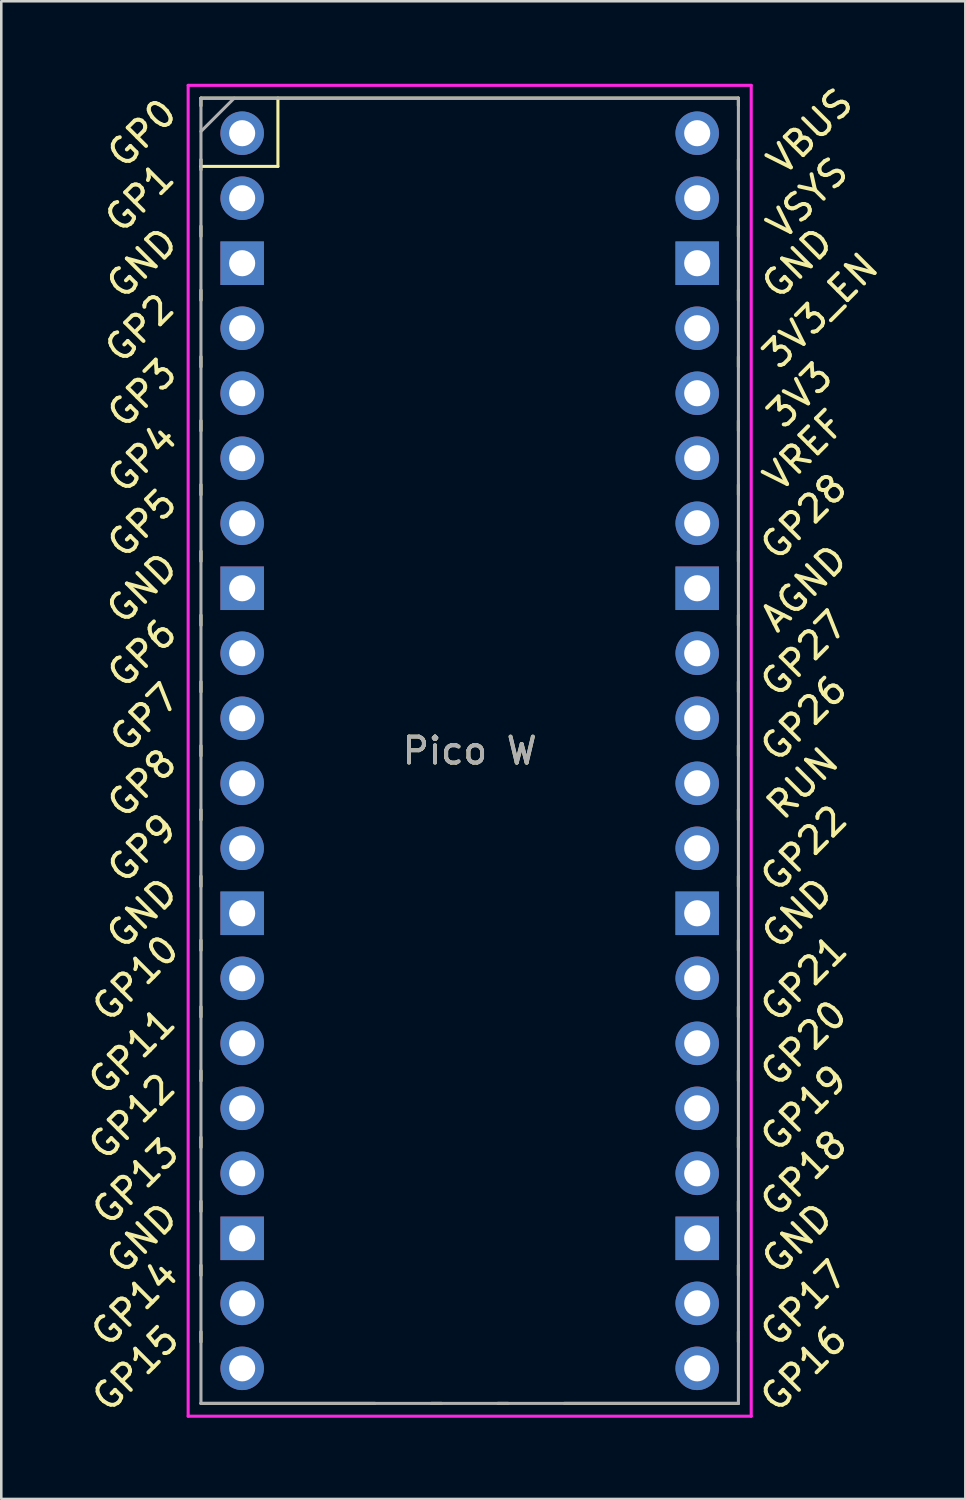
<source format=kicad_pcb>
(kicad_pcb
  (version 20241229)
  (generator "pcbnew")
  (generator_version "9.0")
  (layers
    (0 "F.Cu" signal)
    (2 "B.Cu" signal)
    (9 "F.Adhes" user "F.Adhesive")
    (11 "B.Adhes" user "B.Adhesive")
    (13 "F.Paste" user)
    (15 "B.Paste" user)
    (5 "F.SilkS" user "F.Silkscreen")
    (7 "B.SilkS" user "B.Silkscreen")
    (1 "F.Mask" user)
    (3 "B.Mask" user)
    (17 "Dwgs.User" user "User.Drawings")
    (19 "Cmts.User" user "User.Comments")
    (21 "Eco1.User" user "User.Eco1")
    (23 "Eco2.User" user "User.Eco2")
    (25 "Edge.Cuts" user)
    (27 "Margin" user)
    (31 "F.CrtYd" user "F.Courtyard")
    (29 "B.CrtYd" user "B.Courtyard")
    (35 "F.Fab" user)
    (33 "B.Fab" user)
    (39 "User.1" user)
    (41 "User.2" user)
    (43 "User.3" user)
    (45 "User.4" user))
  (footprint "Pico W"
    (layer "F.Cu")
    (at 15.302 26.285)
    (property "Reference" "Pico W" (at 0 0 0) (layer "F.SilkS") (effects (font (size 1.016 1.016) (thickness 0.152))))
    (attr through_hole)
    (fp_line (start -10.5 -25.5) (end -10.5 -25.2) (stroke (width 0.12) (type solid)) (layer "F.SilkS"))
    (fp_line (start -10.5 -25.5) (end 10.5 -25.5) (stroke (width 0.12) (type solid)) (layer "F.SilkS"))
    (fp_line (start -10.5 -23.1) (end -10.5 -22.7) (stroke (width 0.12) (type solid)) (layer "F.SilkS"))
    (fp_line (start -10.5 -22.833) (end -7.493 -22.833) (stroke (width 0.12) (type solid)) (layer "F.SilkS"))
    (fp_line (start -10.5 -20.5) (end -10.5 -20.1) (stroke (width 0.12) (type solid)) (layer "F.SilkS"))
    (fp_line (start -10.5 -18) (end -10.5 -17.6) (stroke (width 0.12) (type solid)) (layer "F.SilkS"))
    (fp_line (start -10.5 -15.4) (end -10.5 -15) (stroke (width 0.12) (type solid)) (layer "F.SilkS"))
    (fp_line (start -10.5 -12.9) (end -10.5 -12.5) (stroke (width 0.12) (type solid)) (layer "F.SilkS"))
    (fp_line (start -10.5 -10.4) (end -10.5 -10) (stroke (width 0.12) (type solid)) (layer "F.SilkS"))
    (fp_line (start -10.5 -7.8) (end -10.5 -7.4) (stroke (width 0.12) (type solid)) (layer "F.SilkS"))
    (fp_line (start -10.5 -5.3) (end -10.5 -4.9) (stroke (width 0.12) (type solid)) (layer "F.SilkS"))
    (fp_line (start -10.5 -2.7) (end -10.5 -2.3) (stroke (width 0.12) (type solid)) (layer "F.SilkS"))
    (fp_line (start -10.5 -0.2) (end -10.5 0.2) (stroke (width 0.12) (type solid)) (layer "F.SilkS"))
    (fp_line (start -10.5 2.3) (end -10.5 2.7) (stroke (width 0.12) (type solid)) (layer "F.SilkS"))
    (fp_line (start -10.5 4.9) (end -10.5 5.3) (stroke (width 0.12) (type solid)) (layer "F.SilkS"))
    (fp_line (start -10.5 7.4) (end -10.5 7.8) (stroke (width 0.12) (type solid)) (layer "F.SilkS"))
    (fp_line (start -10.5 10) (end -10.5 10.4) (stroke (width 0.12) (type solid)) (layer "F.SilkS"))
    (fp_line (start -10.5 12.5) (end -10.5 12.9) (stroke (width 0.12) (type solid)) (layer "F.SilkS"))
    (fp_line (start -10.5 15.1) (end -10.5 15.5) (stroke (width 0.12) (type solid)) (layer "F.SilkS"))
    (fp_line (start -10.5 17.6) (end -10.5 18) (stroke (width 0.12) (type solid)) (layer "F.SilkS"))
    (fp_line (start -10.5 20.1) (end -10.5 20.5) (stroke (width 0.12) (type solid)) (layer "F.SilkS"))
    (fp_line (start -10.5 22.7) (end -10.5 23.1) (stroke (width 0.12) (type solid)) (layer "F.SilkS"))
    (fp_line (start -7.493 -22.833) (end -7.493 -25.5) (stroke (width 0.12) (type solid)) (layer "F.SilkS"))
    (fp_line (start -3.7 25.5) (end -10.5 25.5) (stroke (width 0.12) (type solid)) (layer "F.SilkS"))
    (fp_line (start -1.5 25.5) (end -1.1 25.5) (stroke (width 0.12) (type solid)) (layer "F.SilkS"))
    (fp_line (start 1.1 25.5) (end 1.5 25.5) (stroke (width 0.12) (type solid)) (layer "F.SilkS"))
    (fp_line (start 10.5 -25.5) (end 10.5 -25.2) (stroke (width 0.12) (type solid)) (layer "F.SilkS"))
    (fp_line (start 10.5 -23.1) (end 10.5 -22.7) (stroke (width 0.12) (type solid)) (layer "F.SilkS"))
    (fp_line (start 10.5 -20.5) (end 10.5 -20.1) (stroke (width 0.12) (type solid)) (layer "F.SilkS"))
    (fp_line (start 10.5 -18) (end 10.5 -17.6) (stroke (width 0.12) (type solid)) (layer "F.SilkS"))
    (fp_line (start 10.5 -15.4) (end 10.5 -15) (stroke (width 0.12) (type solid)) (layer "F.SilkS"))
    (fp_line (start 10.5 -12.9) (end 10.5 -12.5) (stroke (width 0.12) (type solid)) (layer "F.SilkS"))
    (fp_line (start 10.5 -10.4) (end 10.5 -10) (stroke (width 0.12) (type solid)) (layer "F.SilkS"))
    (fp_line (start 10.5 -7.8) (end 10.5 -7.4) (stroke (width 0.12) (type solid)) (layer "F.SilkS"))
    (fp_line (start 10.5 -5.3) (end 10.5 -4.9) (stroke (width 0.12) (type solid)) (layer "F.SilkS"))
    (fp_line (start 10.5 -2.7) (end 10.5 -2.3) (stroke (width 0.12) (type solid)) (layer "F.SilkS"))
    (fp_line (start 10.5 -0.2) (end 10.5 0.2) (stroke (width 0.12) (type solid)) (layer "F.SilkS"))
    (fp_line (start 10.5 2.3) (end 10.5 2.7) (stroke (width 0.12) (type solid)) (layer "F.SilkS"))
    (fp_line (start 10.5 4.9) (end 10.5 5.3) (stroke (width 0.12) (type solid)) (layer "F.SilkS"))
    (fp_line (start 10.5 7.4) (end 10.5 7.8) (stroke (width 0.12) (type solid)) (layer "F.SilkS"))
    (fp_line (start 10.5 10) (end 10.5 10.4) (stroke (width 0.12) (type solid)) (layer "F.SilkS"))
    (fp_line (start 10.5 12.5) (end 10.5 12.9) (stroke (width 0.12) (type solid)) (layer "F.SilkS"))
    (fp_line (start 10.5 15.1) (end 10.5 15.5) (stroke (width 0.12) (type solid)) (layer "F.SilkS"))
    (fp_line (start 10.5 17.6) (end 10.5 18) (stroke (width 0.12) (type solid)) (layer "F.SilkS"))
    (fp_line (start 10.5 20.1) (end 10.5 20.5) (stroke (width 0.12) (type solid)) (layer "F.SilkS"))
    (fp_line (start 10.5 22.7) (end 10.5 23.1) (stroke (width 0.12) (type solid)) (layer "F.SilkS"))
    (fp_line (start 10.5 25.5) (end 3.7 25.5) (stroke (width 0.12) (type solid)) (layer "F.SilkS"))
    (fp_line (start -11 -26) (end 11 -26) (stroke (width 0.12) (type solid)) (layer "F.CrtYd"))
    (fp_line (start -11 26) (end -11 -26) (stroke (width 0.12) (type solid)) (layer "F.CrtYd"))
    (fp_line (start 11 -26) (end 11 26) (stroke (width 0.12) (type solid)) (layer "F.CrtYd"))
    (fp_line (start 11 26) (end -11 26) (stroke (width 0.12) (type solid)) (layer "F.CrtYd"))
    (fp_line (start -10.5 -25.5) (end 10.5 -25.5) (stroke (width 0.12) (type solid)) (layer "F.Fab"))
    (fp_line (start -10.5 -24.2) (end -9.2 -25.5) (stroke (width 0.12) (type solid)) (layer "F.Fab"))
    (fp_line (start -10.5 25.5) (end -10.5 -25.5) (stroke (width 0.12) (type solid)) (layer "F.Fab"))
    (fp_line (start 10.5 -25.5) (end 10.5 25.5) (stroke (width 0.12) (type solid)) (layer "F.Fab"))
    (fp_line (start 10.5 25.5) (end -10.5 25.5) (stroke (width 0.12) (type solid)) (layer "F.Fab"))
    (fp_text user "GP26" (at 13.054 -1.27 45) (layer "F.SilkS") (effects (font (size 1.016 1.016) (thickness 0.152))))
    (fp_text user "GP3" (at -12.8 -13.97 45) (layer "F.SilkS") (effects (font (size 1.016 1.016) (thickness 0.152))))
    (fp_text user "GP2" (at -12.9 -16.51 45) (layer "F.SilkS") (effects (font (size 1.016 1.016) (thickness 0.152))))
    (fp_text user "GP6" (at -12.8 -3.81 45) (layer "F.SilkS") (effects (font (size 1.016 1.016) (thickness 0.152))))
    (fp_text user "GND" (at -12.8 19.05 45) (layer "F.SilkS") (effects (font (size 1.016 1.016) (thickness 0.152))))
    (fp_text user "GND" (at -12.8 6.35 45) (layer "F.SilkS") (effects (font (size 1.016 1.016) (thickness 0.152))))
    (fp_text user "GND" (at -12.8 -19.05 45) (layer "F.SilkS") (effects (font (size 1.016 1.016) (thickness 0.152))))
    (fp_text user "GND" (at 12.8 6.35 45) (layer "F.SilkS") (effects (font (size 1.016 1.016) (thickness 0.152))))
    (fp_text user "GP11" (at -13.2 11.752 45) (layer "F.SilkS") (effects (font (size 1.016 1.016) (thickness 0.152))))
    (fp_text user "GP18" (at 13.054 16.51 45) (layer "F.SilkS") (effects (font (size 1.016 1.016) (thickness 0.152))))
    (fp_text user "GP5" (at -12.8 -8.89 45) (layer "F.SilkS") (effects (font (size 1.016 1.016) (thickness 0.152))))
    (fp_text user "GP27" (at 13.054 -3.8 45) (layer "F.SilkS") (effects (font (size 1.016 1.016) (thickness 0.152))))
    (fp_text user "VREF" (at 13.068 -11.742 45) (layer "F.SilkS") (effects (font (size 1.016 1.016) (thickness 0.152))))
    (fp_text user "RUN" (at 13 1.27 45) (layer "F.SilkS") (effects (font (size 1.016 1.016) (thickness 0.152))))
    (fp_text user "GP1" (at -12.9 -21.6 45) (layer "F.SilkS") (effects (font (size 1.016 1.016) (thickness 0.152))))
    (fp_text user "GP15" (at -13.054 24.13 45) (layer "F.SilkS") (effects (font (size 1.016 1.016) (thickness 0.152))))
    (fp_text user "GP21" (at 13.054 8.9 45) (layer "F.SilkS") (effects (font (size 1.016 1.016) (thickness 0.152))))
    (fp_text user "3V3_EN" (at 13.7 -17.2 45) (layer "F.SilkS") (effects (font (size 1.016 1.016) (thickness 0.152))))
    (fp_text user "GP14" (at -13.1 21.59 45) (layer "F.SilkS") (effects (font (size 1.016 1.016) (thickness 0.152))))
    (fp_text user "GP13" (at -13.054 16.832 45) (layer "F.SilkS") (effects (font (size 1.016 1.016) (thickness 0.152))))
    (fp_text user "GP28" (at 13.054 -9.144 45) (layer "F.SilkS") (effects (font (size 1.016 1.016) (thickness 0.152))))
    (fp_text user "GP7" (at -12.7 -1.3 45) (layer "F.SilkS") (effects (font (size 1.016 1.016) (thickness 0.152))))
    (fp_text user "GP22" (at 13.054 3.81 45) (layer "F.SilkS") (effects (font (size 1.016 1.016) (thickness 0.152))))
    (fp_text user "GND" (at -12.8 -6.35 45) (layer "F.SilkS") (effects (font (size 1.016 1.016) (thickness 0.152))))
    (fp_text user "VSYS" (at 13.2 -21.59 45) (layer "F.SilkS") (effects (font (size 1.016 1.016) (thickness 0.152))))
    (fp_text user "GP0" (at -12.8 -24.13 45) (layer "F.SilkS") (effects (font (size 1.016 1.016) (thickness 0.152))))
    (fp_text user "GP17" (at 13.054 21.59 45) (layer "F.SilkS") (effects (font (size 1.016 1.016) (thickness 0.152))))
    (fp_text user "GP8" (at -12.8 1.27 45) (layer "F.SilkS") (effects (font (size 1.016 1.016) (thickness 0.152))))
    (fp_text user "GP9" (at -12.8 3.81 45) (layer "F.SilkS") (effects (font (size 1.016 1.016) (thickness 0.152))))
    (fp_text user "GP16" (at 13.054 24.13 45) (layer "F.SilkS") (effects (font (size 1.016 1.016) (thickness 0.152))))
    (fp_text user "3V3" (at 12.9 -13.9 45) (layer "F.SilkS") (effects (font (size 1.016 1.016) (thickness 0.152))))
    (fp_text user "GP12" (at -13.2 14.293 45) (layer "F.SilkS") (effects (font (size 1.016 1.016) (thickness 0.152))))
    (fp_text user "GP10" (at -13.054 8.89 45) (layer "F.SilkS") (effects (font (size 1.016 1.016) (thickness 0.152))))
    (fp_text user "GP19" (at 13.054 13.97 45) (layer "F.SilkS") (effects (font (size 1.016 1.016) (thickness 0.152))))
    (fp_text user "GND" (at 12.8 19.05 45) (layer "F.SilkS") (effects (font (size 1.016 1.016) (thickness 0.152))))
    (fp_text user "GP4" (at -12.8 -11.43 45) (layer "F.SilkS") (effects (font (size 1.016 1.016) (thickness 0.152))))
    (fp_text user "GP20" (at 13.054 11.43 45) (layer "F.SilkS") (effects (font (size 1.016 1.016) (thickness 0.152))))
    (fp_text user "GND" (at 12.8 -19.05 45) (layer "F.SilkS") (effects (font (size 1.016 1.016) (thickness 0.152))))
    (fp_text user "VBUS" (at 13.3 -24.2 45) (layer "F.SilkS") (effects (font (size 1.016 1.016) (thickness 0.152))))
    (fp_text user "AGND" (at 13.054 -6.35 45) (layer "F.SilkS") (effects (font (size 1.016 1.016) (thickness 0.152))))
    (fp_text user "${REFERENCE}" (at 0 0 180) (layer "F.Fab") (effects (font (size 1.016 1.016) (thickness 0.152))))
    (pad "1" thru_hole oval (at -8.89 -24.13) (size 1.7 1.7) (drill 1.02) (layers "*.Cu" "*.Mask"))
    (pad "2" thru_hole oval (at -8.89 -21.59) (size 1.7 1.7) (drill 1.02) (layers "*.Cu" "*.Mask"))
    (pad "3" thru_hole rect (at -8.89 -19.05) (size 1.7 1.7) (drill 1.02) (layers "*.Cu" "*.Mask"))
    (pad "4" thru_hole oval (at -8.89 -16.51) (size 1.7 1.7) (drill 1.02) (layers "*.Cu" "*.Mask"))
    (pad "5" thru_hole oval (at -8.89 -13.97) (size 1.7 1.7) (drill 1.02) (layers "*.Cu" "*.Mask"))
    (pad "6" thru_hole oval (at -8.89 -11.43) (size 1.7 1.7) (drill 1.02) (layers "*.Cu" "*.Mask"))
    (pad "7" thru_hole oval (at -8.89 -8.89) (size 1.7 1.7) (drill 1.02) (layers "*.Cu" "*.Mask"))
    (pad "8" thru_hole rect (at -8.89 -6.35) (size 1.7 1.7) (drill 1.02) (layers "*.Cu" "*.Mask"))
    (pad "9" thru_hole oval (at -8.89 -3.81) (size 1.7 1.7) (drill 1.02) (layers "*.Cu" "*.Mask"))
    (pad "10" thru_hole oval (at -8.89 -1.27) (size 1.7 1.7) (drill 1.02) (layers "*.Cu" "*.Mask"))
    (pad "11" thru_hole oval (at -8.89 1.27) (size 1.7 1.7) (drill 1.02) (layers "*.Cu" "*.Mask"))
    (pad "12" thru_hole oval (at -8.89 3.81) (size 1.7 1.7) (drill 1.02) (layers "*.Cu" "*.Mask"))
    (pad "13" thru_hole rect (at -8.89 6.35) (size 1.7 1.7) (drill 1.02) (layers "*.Cu" "*.Mask"))
    (pad "14" thru_hole oval (at -8.89 8.89) (size 1.7 1.7) (drill 1.02) (layers "*.Cu" "*.Mask"))
    (pad "15" thru_hole oval (at -8.89 11.43) (size 1.7 1.7) (drill 1.02) (layers "*.Cu" "*.Mask"))
    (pad "16" thru_hole oval (at -8.89 13.97) (size 1.7 1.7) (drill 1.02) (layers "*.Cu" "*.Mask"))
    (pad "17" thru_hole oval (at -8.89 16.51) (size 1.7 1.7) (drill 1.02) (layers "*.Cu" "*.Mask"))
    (pad "18" thru_hole rect (at -8.89 19.05) (size 1.7 1.7) (drill 1.02) (layers "*.Cu" "*.Mask"))
    (pad "19" thru_hole oval (at -8.89 21.59) (size 1.7 1.7) (drill 1.02) (layers "*.Cu" "*.Mask"))
    (pad "20" thru_hole oval (at -8.89 24.13) (size 1.7 1.7) (drill 1.02) (layers "*.Cu" "*.Mask"))
    (pad "21" thru_hole oval (at 8.89 24.13) (size 1.7 1.7) (drill 1.02) (layers "*.Cu" "*.Mask"))
    (pad "22" thru_hole oval (at 8.89 21.59) (size 1.7 1.7) (drill 1.02) (layers "*.Cu" "*.Mask"))
    (pad "23" thru_hole rect (at 8.89 19.05) (size 1.7 1.7) (drill 1.02) (layers "*.Cu" "*.Mask"))
    (pad "24" thru_hole oval (at 8.89 16.51) (size 1.7 1.7) (drill 1.02) (layers "*.Cu" "*.Mask"))
    (pad "25" thru_hole oval (at 8.89 13.97) (size 1.7 1.7) (drill 1.02) (layers "*.Cu" "*.Mask"))
    (pad "26" thru_hole oval (at 8.89 11.43) (size 1.7 1.7) (drill 1.02) (layers "*.Cu" "*.Mask"))
    (pad "27" thru_hole oval (at 8.89 8.89) (size 1.7 1.7) (drill 1.02) (layers "*.Cu" "*.Mask"))
    (pad "28" thru_hole rect (at 8.89 6.35) (size 1.7 1.7) (drill 1.02) (layers "*.Cu" "*.Mask"))
    (pad "29" thru_hole oval (at 8.89 3.81) (size 1.7 1.7) (drill 1.02) (layers "*.Cu" "*.Mask"))
    (pad "30" thru_hole oval (at 8.89 1.27) (size 1.7 1.7) (drill 1.02) (layers "*.Cu" "*.Mask"))
    (pad "31" thru_hole oval (at 8.89 -1.27) (size 1.7 1.7) (drill 1.02) (layers "*.Cu" "*.Mask"))
    (pad "32" thru_hole oval (at 8.89 -3.81) (size 1.7 1.7) (drill 1.02) (layers "*.Cu" "*.Mask"))
    (pad "33" thru_hole rect (at 8.89 -6.35) (size 1.7 1.7) (drill 1.02) (layers "*.Cu" "*.Mask"))
    (pad "34" thru_hole oval (at 8.89 -8.89) (size 1.7 1.7) (drill 1.02) (layers "*.Cu" "*.Mask"))
    (pad "35" thru_hole oval (at 8.89 -11.43) (size 1.7 1.7) (drill 1.02) (layers "*.Cu" "*.Mask"))
    (pad "36" thru_hole oval (at 8.89 -13.97) (size 1.7 1.7) (drill 1.02) (layers "*.Cu" "*.Mask"))
    (pad "37" thru_hole oval (at 8.89 -16.51) (size 1.7 1.7) (drill 1.02) (layers "*.Cu" "*.Mask"))
    (pad "38" thru_hole rect (at 8.89 -19.05) (size 1.7 1.7) (drill 1.02) (layers "*.Cu" "*.Mask"))
    (pad "39" thru_hole oval (at 8.89 -21.59) (size 1.7 1.7) (drill 1.02) (layers "*.Cu" "*.Mask"))
    (pad "40" thru_hole oval (at 8.89 -24.13) (size 1.7 1.7) (drill 1.02) (layers "*.Cu" "*.Mask")))
  (gr_rect
    (start -3 -3)
    (end 34.668 55.517)
    (stroke (width 0.1) (type default))
    (fill no)
    (layer "Edge.Cuts")))
</source>
